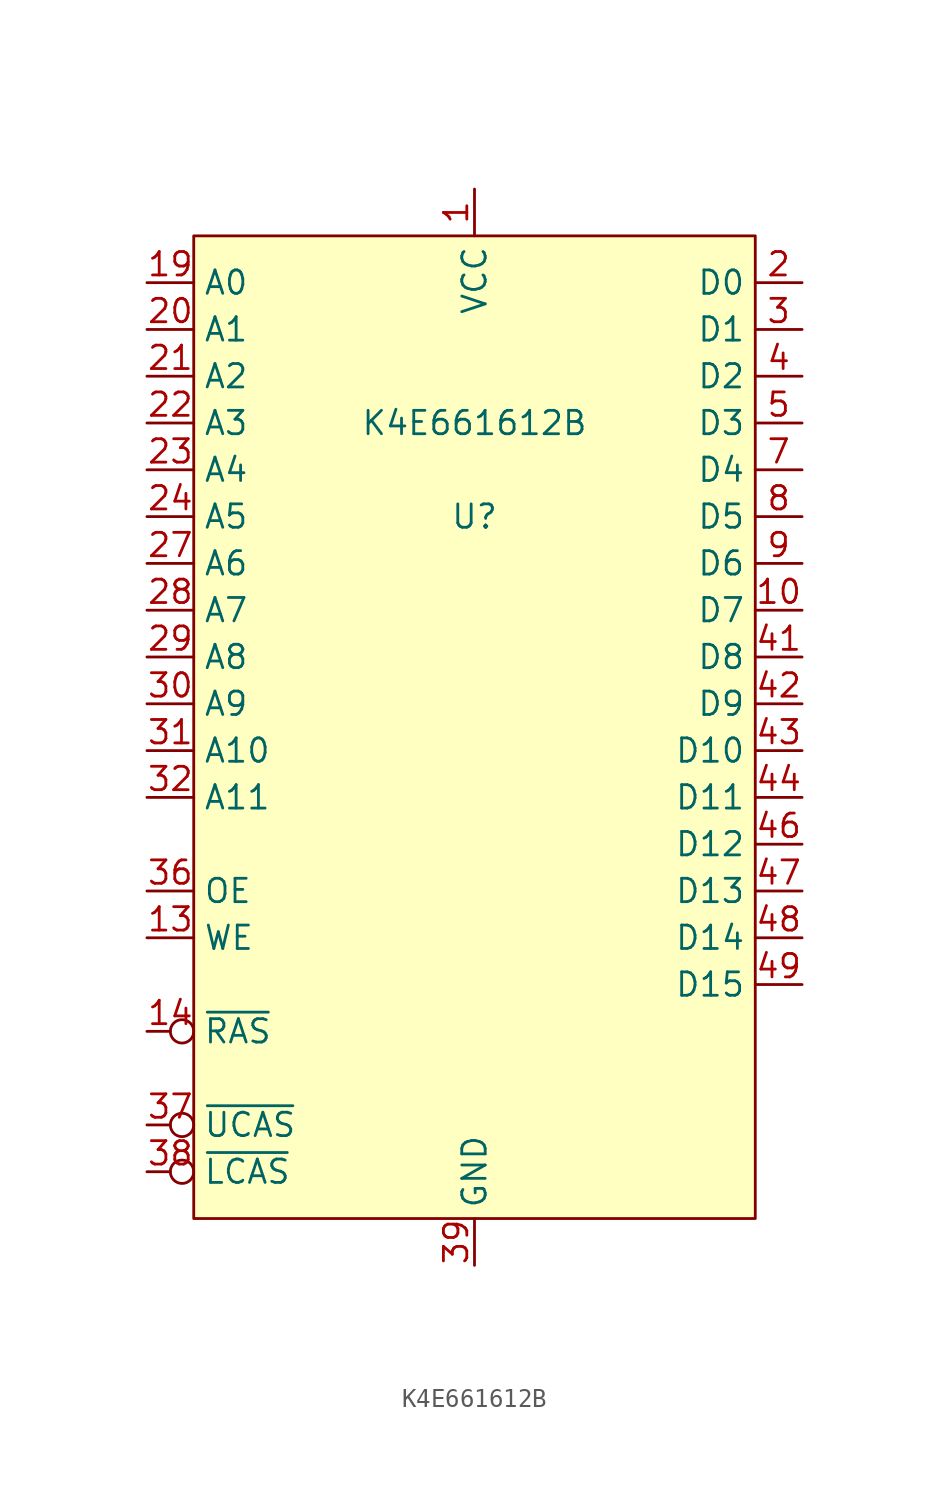
<source format=kicad_sym>
(kicad_symbol_lib
  (version 20220914)
  (generator kicad_symbol_editor)
  (symbol "K4E661612B"
    (property "Reference" "U"
      (at 0 7.62 0)
      (effects (font (size 1.27 1.27))))
    (property "Value" "K4E661612B"
      (at 0 12.7 0)
      (effects (font (size 1.27 1.27))))
    (symbol "K4E661612B_0_0"
      (pin power_in line (at 0 25.4 270) (length 2.54) (name "VCC" (effects (font (size 1.27 1.27)))) (number "1" (effects (font (size 1.27 1.27)))))
      (pin bidirectional line (at 17.78 2.54 180) (length 2.54) (name "D7" (effects (font (size 1.27 1.27)))) (number "10" (effects (font (size 1.27 1.27)))))
      (pin input line (at -17.78 -15.24 0) (length 2.54) (name "WE" (effects (font (size 1.27 1.27)))) (number "13" (effects (font (size 1.27 1.27)))))
      (pin input inverted (at -17.78 -20.32 0) (length 2.54) (name "~{RAS}" (effects (font (size 1.27 1.27)))) (number "14" (effects (font (size 1.27 1.27)))))
      (pin input line (at -17.78 20.32 0) (length 2.54) (name "A0" (effects (font (size 1.27 1.27)))) (number "19" (effects (font (size 1.27 1.27)))))
      (pin bidirectional line (at 17.78 20.32 180) (length 2.54) (name "D0" (effects (font (size 1.27 1.27)))) (number "2" (effects (font (size 1.27 1.27)))))
      (pin input line (at -17.78 17.78 0) (length 2.54) (name "A1" (effects (font (size 1.27 1.27)))) (number "20" (effects (font (size 1.27 1.27)))))
      (pin input line (at -17.78 15.24 0) (length 2.54) (name "A2" (effects (font (size 1.27 1.27)))) (number "21" (effects (font (size 1.27 1.27)))))
      (pin input line (at -17.78 12.7 0) (length 2.54) (name "A3" (effects (font (size 1.27 1.27)))) (number "22" (effects (font (size 1.27 1.27)))))
      (pin input line (at -17.78 10.16 0) (length 2.54) (name "A4" (effects (font (size 1.27 1.27)))) (number "23" (effects (font (size 1.27 1.27)))))
      (pin input line (at -17.78 7.62 0) (length 2.54) (name "A5" (effects (font (size 1.27 1.27)))) (number "24" (effects (font (size 1.27 1.27)))))
      (pin input line (at -17.78 5.08 0) (length 2.54) (name "A6" (effects (font (size 1.27 1.27)))) (number "27" (effects (font (size 1.27 1.27)))))
      (pin input line (at -17.78 2.54 0) (length 2.54) (name "A7" (effects (font (size 1.27 1.27)))) (number "28" (effects (font (size 1.27 1.27)))))
      (pin input line (at -17.78 0 0) (length 2.54) (name "A8" (effects (font (size 1.27 1.27)))) (number "29" (effects (font (size 1.27 1.27)))))
      (pin bidirectional line (at 17.78 17.78 180) (length 2.54) (name "D1" (effects (font (size 1.27 1.27)))) (number "3" (effects (font (size 1.27 1.27)))))
      (pin input line (at -17.78 -2.54 0) (length 2.54) (name "A9" (effects (font (size 1.27 1.27)))) (number "30" (effects (font (size 1.27 1.27)))))
      (pin input line (at -17.78 -5.08 0) (length 2.54) (name "A10" (effects (font (size 1.27 1.27)))) (number "31" (effects (font (size 1.27 1.27)))))
      (pin input line (at -17.78 -7.62 0) (length 2.54) (name "A11" (effects (font (size 1.27 1.27)))) (number "32" (effects (font (size 1.27 1.27)))))
      (pin input line (at -17.78 -12.7 0) (length 2.54) (name "OE" (effects (font (size 1.27 1.27)))) (number "36" (effects (font (size 1.27 1.27)))))
      (pin input inverted (at -17.78 -25.4 0) (length 2.54) (name "~{UCAS}" (effects (font (size 1.27 1.27)))) (number "37" (effects (font (size 1.27 1.27)))))
      (pin input inverted (at -17.78 -27.94 0) (length 2.54) (name "~{LCAS}" (effects (font (size 1.27 1.27)))) (number "38" (effects (font (size 1.27 1.27)))))
      (pin power_in line (at 0 -33.02 90) (length 2.54) (name "GND" (effects (font (size 1.27 1.27)))) (number "39" (effects (font (size 1.27 1.27)))))
      (pin bidirectional line (at 17.78 15.24 180) (length 2.54) (name "D2" (effects (font (size 1.27 1.27)))) (number "4" (effects (font (size 1.27 1.27)))))
      (pin bidirectional line (at 17.78 0 180) (length 2.54) (name "D8" (effects (font (size 1.27 1.27)))) (number "41" (effects (font (size 1.27 1.27)))))
      (pin bidirectional line (at 17.78 -2.54 180) (length 2.54) (name "D9" (effects (font (size 1.27 1.27)))) (number "42" (effects (font (size 1.27 1.27)))))
      (pin bidirectional line (at 17.78 -5.08 180) (length 2.54) (name "D10" (effects (font (size 1.27 1.27)))) (number "43" (effects (font (size 1.27 1.27)))))
      (pin bidirectional line (at 17.78 -7.62 180) (length 2.54) (name "D11" (effects (font (size 1.27 1.27)))) (number "44" (effects (font (size 1.27 1.27)))))
      (pin bidirectional line (at 17.78 -10.16 180) (length 2.54) (name "D12" (effects (font (size 1.27 1.27)))) (number "46" (effects (font (size 1.27 1.27)))))
      (pin bidirectional line (at 17.78 -12.7 180) (length 2.54) (name "D13" (effects (font (size 1.27 1.27)))) (number "47" (effects (font (size 1.27 1.27)))))
      (pin bidirectional line (at 17.78 -15.24 180) (length 2.54) (name "D14" (effects (font (size 1.27 1.27)))) (number "48" (effects (font (size 1.27 1.27)))))
      (pin bidirectional line (at 17.78 -17.78 180) (length 2.54) (name "D15" (effects (font (size 1.27 1.27)))) (number "49" (effects (font (size 1.27 1.27)))))
      (pin bidirectional line (at 17.78 12.7 180) (length 2.54) (name "D3" (effects (font (size 1.27 1.27)))) (number "5" (effects (font (size 1.27 1.27)))))
      (pin bidirectional line (at 17.78 10.16 180) (length 2.54) (name "D4" (effects (font (size 1.27 1.27)))) (number "7" (effects (font (size 1.27 1.27)))))
      (pin bidirectional line (at 17.78 7.62 180) (length 2.54) (name "D5" (effects (font (size 1.27 1.27)))) (number "8" (effects (font (size 1.27 1.27)))))
      (pin bidirectional line (at 17.78 5.08 180) (length 2.54) (name "D6" (effects (font (size 1.27 1.27)))) (number "9" (effects (font (size 1.27 1.27))))))
    (symbol "K4E661612B_1_0"
      (pin no_connect line (at 17.78 -27.94 180) (length 2.54) hide (name "NC" (effects (font (size 1.27 1.27)))) (number "11" (effects (font (size 1.27 1.27)))))
      (pin power_in line (at 0 25.4 270) (length 2.54) hide (name "VCC" (effects (font (size 1.27 1.27)))) (number "12" (effects (font (size 1.27 1.27)))))
      (pin no_connect line (at 17.78 -27.94 180) (length 2.54) hide (name "NC" (effects (font (size 1.27 1.27)))) (number "15" (effects (font (size 1.27 1.27)))))
      (pin no_connect line (at 17.78 -27.94 180) (length 2.54) hide (name "NC" (effects (font (size 1.27 1.27)))) (number "16" (effects (font (size 1.27 1.27)))))
      (pin no_connect line (at 17.78 -27.94 180) (length 2.54) hide (name "NC" (effects (font (size 1.27 1.27)))) (number "17" (effects (font (size 1.27 1.27)))))
      (pin no_connect line (at 17.78 -27.94 180) (length 2.54) hide (name "NC" (effects (font (size 1.27 1.27)))) (number "18" (effects (font (size 1.27 1.27)))))
      (pin power_in line (at 0 25.4 270) (length 2.54) hide (name "VCC" (effects (font (size 1.27 1.27)))) (number "25" (effects (font (size 1.27 1.27)))))
      (pin power_in line (at 0 -33.02 90) (length 2.54) hide (name "GND" (effects (font (size 1.27 1.27)))) (number "26" (effects (font (size 1.27 1.27)))))
      (pin no_connect line (at 17.78 -27.94 180) (length 2.54) hide (name "NC" (effects (font (size 1.27 1.27)))) (number "33" (effects (font (size 1.27 1.27)))))
      (pin no_connect line (at 17.78 -27.94 180) (length 2.54) hide (name "NC" (effects (font (size 1.27 1.27)))) (number "34" (effects (font (size 1.27 1.27)))))
      (pin no_connect line (at 17.78 -27.94 180) (length 2.54) hide (name "NC" (effects (font (size 1.27 1.27)))) (number "35" (effects (font (size 1.27 1.27)))))
      (pin no_connect line (at 17.78 -27.94 180) (length 2.54) hide (name "NC" (effects (font (size 1.27 1.27)))) (number "40" (effects (font (size 1.27 1.27)))))
      (pin power_in line (at 0 -33.02 90) (length 2.54) hide (name "GND" (effects (font (size 1.27 1.27)))) (number "45" (effects (font (size 1.27 1.27)))))
      (pin power_in line (at 0 -33.02 90) (length 2.54) hide (name "GND" (effects (font (size 1.27 1.27)))) (number "50" (effects (font (size 1.27 1.27)))))
      (pin power_in line (at 0 25.4 270) (length 2.54) hide (name "VCC" (effects (font (size 1.27 1.27)))) (number "6" (effects (font (size 1.27 1.27))))))
    (symbol "K4E661612B_1_1"
      (rectangle (start -15.24 22.86) (end 15.24 -30.48) (stroke (width 0) (type default)) (fill (type background))))))
</source>
